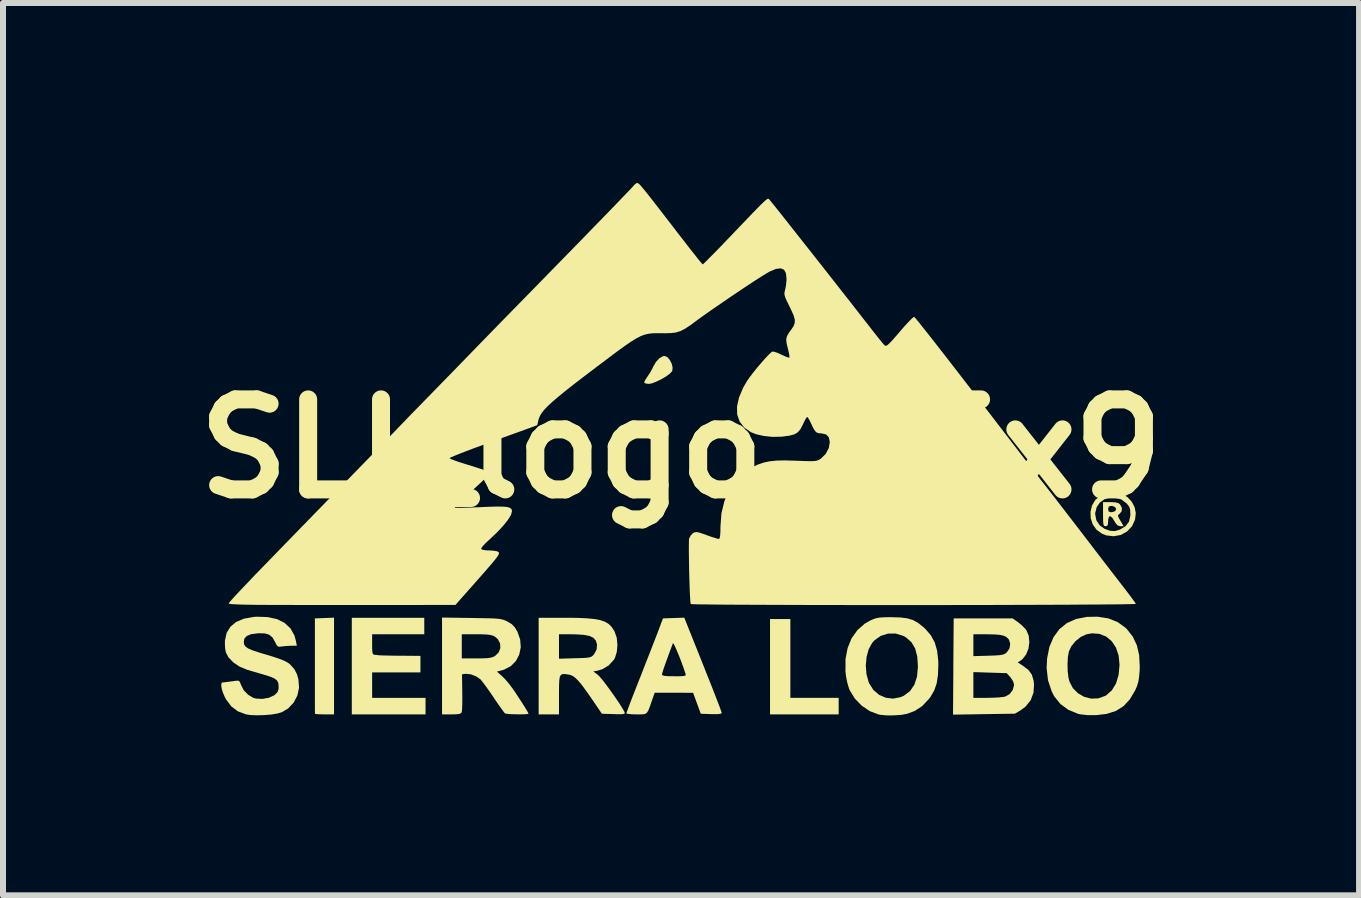
<source format=kicad_pcb>
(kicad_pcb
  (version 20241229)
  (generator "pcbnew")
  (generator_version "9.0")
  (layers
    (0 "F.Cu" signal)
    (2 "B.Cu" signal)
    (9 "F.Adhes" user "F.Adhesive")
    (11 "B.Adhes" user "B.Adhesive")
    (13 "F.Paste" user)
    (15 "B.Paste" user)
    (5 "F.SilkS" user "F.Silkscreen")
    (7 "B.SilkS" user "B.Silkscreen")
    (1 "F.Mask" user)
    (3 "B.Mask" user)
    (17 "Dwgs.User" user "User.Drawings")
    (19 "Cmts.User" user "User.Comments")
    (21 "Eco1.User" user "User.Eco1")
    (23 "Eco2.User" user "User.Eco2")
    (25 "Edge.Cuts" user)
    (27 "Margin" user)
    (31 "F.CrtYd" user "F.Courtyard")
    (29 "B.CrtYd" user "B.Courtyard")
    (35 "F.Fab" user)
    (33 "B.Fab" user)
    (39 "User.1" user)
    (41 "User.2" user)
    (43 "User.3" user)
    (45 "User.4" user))
  (footprint "SLI_logo_15x9"
    (layer "F.Cu")
    (at 8.3 4.428)
    (property "Reference" "SLI_logo_15x9" (at 0 0 0) (layer "F.SilkS") (effects (font (size 1.5 1.5) (thickness 0.3))))
    (attr board_only exclude_from_pos_files exclude_from_bom allow_missing_courtyard)
    (fp_poly (pts (xy 1.822 3.495) (xy 1.822 4.152) (xy 2.224 4.152) (xy 2.627 4.152) (xy 2.627 4.29) (xy 2.627 4.428) (xy 2.055 4.428) (xy 1.483 4.428) (xy 1.483 3.633) (xy 1.483 2.839) (xy 1.652 2.839) (xy 1.822 2.839)) (stroke (width 0) (type solid)) (fill yes) (layer "F.SilkS"))
    (fp_poly (pts (xy -5.783 3.622) (xy -5.783 4.428) (xy -5.942 4.428) (xy -6.018 4.426) (xy -6.074 4.423) (xy -6.101 4.418) (xy -6.101 4.417) (xy -6.101 4.394) (xy -6.102 4.334) (xy -6.102 4.24) (xy -6.102 4.119) (xy -6.102 3.974) (xy -6.102 3.81) (xy -6.102 3.632) (xy -6.102 3.617) (xy -6.102 2.828) (xy -5.943 2.822) (xy -5.783 2.816)) (stroke (width 0) (type solid)) (fill yes) (layer "F.SilkS"))
    (fp_poly (pts (xy -0.23 -1.528) (xy -0.188 -1.48) (xy -0.155 -1.416) (xy -0.14 -1.35) (xy -0.147 -1.294) (xy -0.149 -1.291) (xy -0.186 -1.251) (xy -0.25 -1.204) (xy -0.331 -1.156) (xy -0.414 -1.116) (xy -0.489 -1.088) (xy -0.536 -1.08) (xy -0.589 -1.086) (xy -0.614 -1.102) (xy -0.614 -1.105) (xy -0.602 -1.136) (xy -0.572 -1.184) (xy -0.56 -1.201) (xy -0.516 -1.267) (xy -0.474 -1.344) (xy -0.464 -1.366) (xy -0.418 -1.446) (xy -0.36 -1.508) (xy -0.301 -1.542) (xy -0.276 -1.546)) (stroke (width 0) (type solid)) (fill yes) (layer "F.SilkS"))
    (fp_poly (pts (xy -4.279 2.955) (xy -4.279 3.093) (xy -4.714 3.093) (xy -5.148 3.093) (xy -5.148 3.262) (xy -5.147 3.347) (xy -5.143 3.398) (xy -5.133 3.424) (xy -5.116 3.433) (xy -5.105 3.435) (xy -5.06 3.439) (xy -5.042 3.442) (xy -5.014 3.444) (xy -4.952 3.446) (xy -4.863 3.448) (xy -4.755 3.45) (xy -4.682 3.45) (xy -4.343 3.453) (xy -4.343 3.591) (xy -4.343 3.728) (xy -4.745 3.728) (xy -5.148 3.728) (xy -5.148 3.94) (xy -5.148 4.152) (xy -4.703 4.152) (xy -4.258 4.152) (xy -4.258 4.29) (xy -4.258 4.428) (xy -4.872 4.428) (xy -5.487 4.428) (xy -5.487 3.623) (xy -5.487 2.818) (xy -4.883 2.818) (xy -4.279 2.818)) (stroke (width 0) (type solid)) (fill yes) (layer "F.SilkS"))
    (fp_poly (pts (xy 7.239 0.894) (xy 7.29 0.908) (xy 7.316 0.928) (xy 7.347 0.985) (xy 7.344 1.042) (xy 7.31 1.084) (xy 7.287 1.102) (xy 7.282 1.122) (xy 7.297 1.157) (xy 7.323 1.201) (xy 7.376 1.292) (xy 7.322 1.292) (xy 7.275 1.279) (xy 7.237 1.233) (xy 7.232 1.223) (xy 7.19 1.155) (xy 7.156 1.125) (xy 7.131 1.134) (xy 7.119 1.182) (xy 7.118 1.208) (xy 7.114 1.263) (xy 7.1 1.287) (xy 7.076 1.292) (xy 7.056 1.289) (xy 7.043 1.275) (xy 7.037 1.241) (xy 7.034 1.181) (xy 7.033 1.091) (xy 7.033 1.006) (xy 7.118 1.006) (xy 7.127 1.047) (xy 7.161 1.059) (xy 7.167 1.059) (xy 7.216 1.049) (xy 7.24 1.034) (xy 7.252 1.001) (xy 7.231 0.971) (xy 7.185 0.954) (xy 7.168 0.953) (xy 7.13 0.963) (xy 7.118 0.999) (xy 7.118 1.006) (xy 7.033 1.006) (xy 7.033 0.89) (xy 7.157 0.89)) (stroke (width 0) (type solid)) (fill yes) (layer "F.SilkS"))
    (fp_poly (pts (xy 7.352 0.754) (xy 7.441 0.808) (xy 7.512 0.884) (xy 7.56 0.975) (xy 7.579 1.076) (xy 7.566 1.184) (xy 7.516 1.292) (xy 7.514 1.295) (xy 7.431 1.382) (xy 7.327 1.438) (xy 7.21 1.459) (xy 7.089 1.445) (xy 7.017 1.417) (xy 6.924 1.35) (xy 6.861 1.261) (xy 6.828 1.159) (xy 6.825 1.091) (xy 6.902 1.091) (xy 6.922 1.194) (xy 6.978 1.278) (xy 7.061 1.336) (xy 7.151 1.368) (xy 7.228 1.373) (xy 7.307 1.351) (xy 7.315 1.348) (xy 7.408 1.292) (xy 7.465 1.217) (xy 7.488 1.119) (xy 7.489 1.091) (xy 7.485 1.017) (xy 7.469 0.967) (xy 7.434 0.921) (xy 7.427 0.913) (xy 7.34 0.847) (xy 7.245 0.815) (xy 7.148 0.815) (xy 7.058 0.842) (xy 6.982 0.895) (xy 6.928 0.972) (xy 6.903 1.069) (xy 6.902 1.091) (xy 6.825 1.091) (xy 6.824 1.052) (xy 6.849 0.947) (xy 6.904 0.854) (xy 6.989 0.781) (xy 7.018 0.765) (xy 7.136 0.727) (xy 7.248 0.725)) (stroke (width 0) (type solid)) (fill yes) (layer "F.SilkS"))
    (fp_poly (pts (xy 7.121 2.828) (xy 7.276 2.889) (xy 7.407 2.984) (xy 7.432 3.009) (xy 7.53 3.134) (xy 7.597 3.277) (xy 7.635 3.441) (xy 7.645 3.632) (xy 7.643 3.699) (xy 7.634 3.807) (xy 7.62 3.89) (xy 7.596 3.965) (xy 7.568 4.028) (xy 7.48 4.177) (xy 7.374 4.291) (xy 7.246 4.371) (xy 7.092 4.42) (xy 6.922 4.44) (xy 6.77 4.44) (xy 6.65 4.426) (xy 6.613 4.417) (xy 6.455 4.352) (xy 6.323 4.255) (xy 6.22 4.127) (xy 6.178 4.046) (xy 6.116 3.86) (xy 6.093 3.657) (xy 6.096 3.588) (xy 6.441 3.588) (xy 6.444 3.709) (xy 6.457 3.817) (xy 6.473 3.88) (xy 6.53 3.99) (xy 6.616 4.076) (xy 6.72 4.136) (xy 6.836 4.165) (xy 6.954 4.161) (xy 7.068 4.12) (xy 7.085 4.111) (xy 7.18 4.027) (xy 7.25 3.912) (xy 7.293 3.768) (xy 7.308 3.601) (xy 7.293 3.447) (xy 7.248 3.314) (xy 7.178 3.208) (xy 7.085 3.131) (xy 6.974 3.086) (xy 6.848 3.077) (xy 6.757 3.093) (xy 6.664 3.136) (xy 6.576 3.206) (xy 6.505 3.292) (xy 6.464 3.379) (xy 6.447 3.473) (xy 6.441 3.588) (xy 6.096 3.588) (xy 6.101 3.494) (xy 6.14 3.301) (xy 6.209 3.139) (xy 6.306 3.007) (xy 6.431 2.906) (xy 6.583 2.838) (xy 6.761 2.803) (xy 6.941 2.8)) (stroke (width 0) (type solid)) (fill yes) (layer "F.SilkS"))
    (fp_poly (pts (xy 5.617 2.892) (xy 5.682 2.945) (xy 5.739 3.004) (xy 5.757 3.028) (xy 5.795 3.119) (xy 5.805 3.224) (xy 5.79 3.333) (xy 5.75 3.431) (xy 5.69 3.508) (xy 5.666 3.526) (xy 5.611 3.562) (xy 5.703 3.621) (xy 5.791 3.689) (xy 5.847 3.767) (xy 5.876 3.866) (xy 5.883 3.928) (xy 5.874 4.067) (xy 5.827 4.192) (xy 5.744 4.296) (xy 5.669 4.353) (xy 5.565 4.416) (xy 5.049 4.424) (xy 4.533 4.432) (xy 4.538 3.723) (xy 4.872 3.723) (xy 4.872 3.938) (xy 4.872 4.152) (xy 5.1 4.152) (xy 5.203 4.15) (xy 5.297 4.145) (xy 5.371 4.137) (xy 5.403 4.131) (xy 5.476 4.09) (xy 5.528 4.022) (xy 5.55 3.939) (xy 5.55 3.932) (xy 5.536 3.881) (xy 5.501 3.824) (xy 5.489 3.809) (xy 5.428 3.741) (xy 5.15 3.732) (xy 4.872 3.723) (xy 4.538 3.723) (xy 4.538 3.63) (xy 4.542 3.093) (xy 4.872 3.093) (xy 4.872 3.275) (xy 4.872 3.457) (xy 5.125 3.45) (xy 5.234 3.446) (xy 5.309 3.441) (xy 5.359 3.433) (xy 5.393 3.421) (xy 5.42 3.402) (xy 5.432 3.391) (xy 5.474 3.328) (xy 5.486 3.254) (xy 5.467 3.186) (xy 5.46 3.176) (xy 5.425 3.141) (xy 5.378 3.117) (xy 5.311 3.102) (xy 5.217 3.095) (xy 5.107 3.093) (xy 4.872 3.093) (xy 4.542 3.093) (xy 4.544 2.828) (xy 5.035 2.828) (xy 5.526 2.828)) (stroke (width 0) (type solid)) (fill yes) (layer "F.SilkS"))
    (fp_poly (pts (xy 0.366 3.596) (xy 0.434 3.768) (xy 0.498 3.928) (xy 0.554 4.072) (xy 0.602 4.196) (xy 0.64 4.294) (xy 0.665 4.364) (xy 0.677 4.399) (xy 0.678 4.403) (xy 0.665 4.416) (xy 0.625 4.423) (xy 0.55 4.424) (xy 0.503 4.423) (xy 0.329 4.417) (xy 0.265 4.242) (xy 0.201 4.068) (xy -0.119 4.067) (xy -0.439 4.067) (xy -0.486 4.2) (xy -0.519 4.297) (xy -0.545 4.362) (xy -0.569 4.401) (xy -0.599 4.421) (xy -0.642 4.427) (xy -0.707 4.428) (xy -0.741 4.428) (xy -0.82 4.426) (xy -0.879 4.42) (xy -0.909 4.413) (xy -0.911 4.41) (xy -0.903 4.387) (xy -0.882 4.329) (xy -0.85 4.243) (xy -0.808 4.133) (xy -0.758 4.006) (xy -0.707 3.875) (xy -0.662 3.763) (xy -0.318 3.763) (xy -0.308 3.777) (xy -0.275 3.786) (xy -0.212 3.791) (xy -0.115 3.792) (xy -0.022 3.792) (xy 0.037 3.789) (xy 0.067 3.783) (xy 0.078 3.771) (xy 0.075 3.752) (xy 0.074 3.749) (xy 0.043 3.656) (xy 0.007 3.557) (xy -0.03 3.461) (xy -0.066 3.374) (xy -0.097 3.303) (xy -0.121 3.256) (xy -0.134 3.24) (xy -0.135 3.241) (xy -0.147 3.273) (xy -0.17 3.335) (xy -0.201 3.418) (xy -0.232 3.504) (xy -0.266 3.597) (xy -0.294 3.678) (xy -0.312 3.737) (xy -0.318 3.763) (xy -0.662 3.763) (xy -0.645 3.718) (xy -0.582 3.557) (xy -0.521 3.402) (xy -0.467 3.263) (xy -0.422 3.147) (xy -0.401 3.093) (xy -0.301 2.828) (xy -0.124 2.822) (xy 0.054 2.816)) (stroke (width 0) (type solid)) (fill yes) (layer "F.SilkS"))
    (fp_poly (pts (xy 3.517 2.808) (xy 3.662 2.813) (xy 3.776 2.828) (xy 3.87 2.858) (xy 3.955 2.906) (xy 4.043 2.977) (xy 4.066 2.998) (xy 4.16 3.105) (xy 4.227 3.226) (xy 4.268 3.367) (xy 4.287 3.537) (xy 4.288 3.601) (xy 4.282 3.771) (xy 4.261 3.91) (xy 4.22 4.028) (xy 4.158 4.135) (xy 4.13 4.172) (xy 4.018 4.29) (xy 3.894 4.371) (xy 3.768 4.418) (xy 3.67 4.436) (xy 3.552 4.444) (xy 3.431 4.445) (xy 3.326 4.435) (xy 3.292 4.429) (xy 3.144 4.373) (xy 3.01 4.282) (xy 2.897 4.165) (xy 2.813 4.029) (xy 2.797 3.989) (xy 2.772 3.905) (xy 2.751 3.802) (xy 2.74 3.709) (xy 2.741 3.615) (xy 3.079 3.615) (xy 3.091 3.759) (xy 3.127 3.891) (xy 3.135 3.909) (xy 3.204 4.019) (xy 3.299 4.101) (xy 3.411 4.15) (xy 3.532 4.165) (xy 3.655 4.142) (xy 3.712 4.118) (xy 3.814 4.042) (xy 3.888 3.935) (xy 3.933 3.799) (xy 3.948 3.633) (xy 3.948 3.633) (xy 3.937 3.465) (xy 3.902 3.33) (xy 3.84 3.225) (xy 3.751 3.146) (xy 3.698 3.117) (xy 3.574 3.08) (xy 3.448 3.082) (xy 3.329 3.119) (xy 3.226 3.191) (xy 3.185 3.237) (xy 3.127 3.342) (xy 3.092 3.472) (xy 3.079 3.615) (xy 2.741 3.615) (xy 2.741 3.507) (xy 2.776 3.323) (xy 2.842 3.161) (xy 2.939 3.024) (xy 3.063 2.915) (xy 3.156 2.862) (xy 3.212 2.838) (xy 3.263 2.822) (xy 3.322 2.813) (xy 3.398 2.809) (xy 3.505 2.808)) (stroke (width 0) (type solid)) (fill yes) (layer "F.SilkS"))
    (fp_poly (pts (xy -1.739 2.819) (xy -1.577 2.826) (xy -1.447 2.838) (xy -1.344 2.857) (xy -1.265 2.885) (xy -1.203 2.923) (xy -1.155 2.972) (xy -1.115 3.034) (xy -1.106 3.051) (xy -1.071 3.152) (xy -1.06 3.268) (xy -1.07 3.385) (xy -1.101 3.486) (xy -1.121 3.52) (xy -1.206 3.612) (xy -1.312 3.675) (xy -1.385 3.698) (xy -1.462 3.712) (xy -1.387 3.768) (xy -1.353 3.802) (xy -1.302 3.863) (xy -1.24 3.944) (xy -1.171 4.038) (xy -1.103 4.135) (xy -1.039 4.228) (xy -0.987 4.31) (xy -0.951 4.372) (xy -0.94 4.394) (xy -0.938 4.41) (xy -0.951 4.42) (xy -0.987 4.425) (xy -1.053 4.425) (xy -1.123 4.423) (xy -1.319 4.417) (xy -1.485 4.173) (xy -1.578 4.04) (xy -1.653 3.938) (xy -1.715 3.865) (xy -1.767 3.814) (xy -1.813 3.783) (xy -1.858 3.767) (xy -1.87 3.765) (xy -1.929 3.756) (xy -1.972 3.756) (xy -2.001 3.769) (xy -2.02 3.801) (xy -2.029 3.859) (xy -2.033 3.946) (xy -2.034 4.069) (xy -2.034 4.102) (xy -2.034 4.428) (xy -2.203 4.428) (xy -2.373 4.428) (xy -2.373 3.623) (xy -2.373 3.093) (xy -2.034 3.093) (xy -2.034 3.296) (xy -2.034 3.5) (xy -1.767 3.492) (xy -1.656 3.489) (xy -1.58 3.485) (xy -1.529 3.478) (xy -1.496 3.467) (xy -1.473 3.451) (xy -1.45 3.426) (xy -1.449 3.425) (xy -1.407 3.348) (xy -1.4 3.261) (xy -1.421 3.196) (xy -1.46 3.152) (xy -1.525 3.121) (xy -1.622 3.102) (xy -1.753 3.094) (xy -1.811 3.093) (xy -2.034 3.093) (xy -2.373 3.093) (xy -2.373 2.818) (xy -1.939 2.818)) (stroke (width 0) (type solid)) (fill yes) (layer "F.SilkS"))
    (fp_poly (pts (xy -3.489 2.821) (xy -3.332 2.824) (xy -3.21 2.826) (xy -3.119 2.829) (xy -3.051 2.834) (xy -3.001 2.841) (xy -2.962 2.851) (xy -2.929 2.863) (xy -2.894 2.88) (xy -2.891 2.882) (xy -2.821 2.924) (xy -2.772 2.975) (xy -2.727 3.049) (xy -2.681 3.18) (xy -2.671 3.309) (xy -2.696 3.43) (xy -2.751 3.537) (xy -2.836 3.623) (xy -2.947 3.681) (xy -2.977 3.691) (xy -3.069 3.715) (xy -2.977 3.796) (xy -2.923 3.851) (xy -2.858 3.929) (xy -2.794 4.016) (xy -2.769 4.052) (xy -2.679 4.189) (xy -2.611 4.295) (xy -2.566 4.369) (xy -2.544 4.41) (xy -2.542 4.417) (xy -2.561 4.422) (xy -2.612 4.426) (xy -2.681 4.427) (xy -2.76 4.426) (xy -2.835 4.424) (xy -2.896 4.419) (xy -2.931 4.413) (xy -2.934 4.411) (xy -2.953 4.389) (xy -2.99 4.338) (xy -3.042 4.265) (xy -3.102 4.178) (xy -3.123 4.146) (xy -3.188 4.051) (xy -3.25 3.964) (xy -3.301 3.895) (xy -3.337 3.85) (xy -3.343 3.844) (xy -3.413 3.795) (xy -3.501 3.761) (xy -3.585 3.751) (xy -3.6 3.753) (xy -3.65 3.76) (xy -3.646 4.057) (xy -3.645 4.167) (xy -3.646 4.265) (xy -3.649 4.34) (xy -3.654 4.385) (xy -3.655 4.391) (xy -3.67 4.41) (xy -3.701 4.421) (xy -3.759 4.427) (xy -3.826 4.428) (xy -3.983 4.428) (xy -3.983 3.621) (xy -3.983 3.093) (xy -3.654 3.093) (xy -3.654 3.294) (xy -3.654 3.495) (xy -3.411 3.495) (xy -3.299 3.494) (xy -3.22 3.49) (xy -3.165 3.481) (xy -3.124 3.467) (xy -3.099 3.454) (xy -3.039 3.395) (xy -3.011 3.322) (xy -3.016 3.244) (xy -3.054 3.173) (xy -3.1 3.134) (xy -3.137 3.115) (xy -3.183 3.103) (xy -3.245 3.096) (xy -3.335 3.093) (xy -3.411 3.093) (xy -3.654 3.093) (xy -3.983 3.093) (xy -3.983 2.814)) (stroke (width 0) (type solid)) (fill yes) (layer "F.SilkS"))
    (fp_poly (pts (xy -6.89 2.806) (xy -6.733 2.84) (xy -6.606 2.904) (xy -6.509 2.995) (xy -6.443 3.113) (xy -6.418 3.204) (xy -6.403 3.284) (xy -6.491 3.284) (xy -6.569 3.287) (xy -6.645 3.295) (xy -6.652 3.296) (xy -6.7 3.301) (xy -6.729 3.289) (xy -6.752 3.25) (xy -6.764 3.224) (xy -6.808 3.147) (xy -6.863 3.1) (xy -6.938 3.078) (xy -7.043 3.076) (xy -7.058 3.077) (xy -7.167 3.092) (xy -7.239 3.122) (xy -7.278 3.167) (xy -7.287 3.22) (xy -7.282 3.261) (xy -7.26 3.296) (xy -7.218 3.327) (xy -7.149 3.358) (xy -7.047 3.392) (xy -6.958 3.419) (xy -6.817 3.461) (xy -6.71 3.496) (xy -6.631 3.526) (xy -6.573 3.554) (xy -6.53 3.582) (xy -6.509 3.601) (xy -6.443 3.676) (xy -6.4 3.761) (xy -6.377 3.843) (xy -6.366 3.981) (xy -6.394 4.113) (xy -6.456 4.232) (xy -6.548 4.329) (xy -6.65 4.39) (xy -6.726 4.413) (xy -6.83 4.43) (xy -6.948 4.44) (xy -7.069 4.443) (xy -7.177 4.439) (xy -7.251 4.427) (xy -7.387 4.376) (xy -7.495 4.295) (xy -7.581 4.18) (xy -7.602 4.142) (xy -7.636 4.063) (xy -7.657 3.99) (xy -7.663 3.933) (xy -7.654 3.9) (xy -7.645 3.896) (xy -7.625 3.895) (xy -7.595 3.891) (xy -7.547 3.885) (xy -7.47 3.875) (xy -7.423 3.868) (xy -7.379 3.866) (xy -7.354 3.883) (xy -7.336 3.929) (xy -7.332 3.94) (xy -7.289 4.024) (xy -7.218 4.098) (xy -7.133 4.15) (xy -7.086 4.164) (xy -6.978 4.17) (xy -6.87 4.151) (xy -6.782 4.111) (xy -6.769 4.101) (xy -6.725 4.057) (xy -6.708 4.005) (xy -6.706 3.964) (xy -6.711 3.907) (xy -6.732 3.864) (xy -6.775 3.83) (xy -6.846 3.799) (xy -6.938 3.77) (xy -7.041 3.74) (xy -7.154 3.707) (xy -7.231 3.684) (xy -7.355 3.633) (xy -7.461 3.562) (xy -7.542 3.478) (xy -7.585 3.396) (xy -7.598 3.332) (xy -7.602 3.249) (xy -7.601 3.197) (xy -7.573 3.07) (xy -7.51 2.967) (xy -7.414 2.887) (xy -7.285 2.833) (xy -7.124 2.804) (xy -7.075 2.8)) (stroke (width 0) (type solid)) (fill yes) (layer "F.SilkS"))
    (fp_poly (pts (xy -0.72 -4.426) (xy -0.708 -4.418) (xy -0.69 -4.403) (xy -0.665 -4.376) (xy -0.631 -4.335) (xy -0.584 -4.278) (xy -0.524 -4.202) (xy -0.447 -4.104) (xy -0.352 -3.981) (xy -0.236 -3.831) (xy -0.097 -3.651) (xy -0.054 -3.594) (xy 0.046 -3.466) (xy 0.137 -3.348) (xy 0.217 -3.247) (xy 0.282 -3.164) (xy 0.33 -3.106) (xy 0.357 -3.075) (xy 0.361 -3.072) (xy 0.379 -3.086) (xy 0.422 -3.128) (xy 0.486 -3.193) (xy 0.569 -3.276) (xy 0.665 -3.375) (xy 0.771 -3.486) (xy 0.796 -3.511) (xy 0.95 -3.673) (xy 1.078 -3.806) (xy 1.182 -3.915) (xy 1.265 -4) (xy 1.328 -4.064) (xy 1.376 -4.11) (xy 1.41 -4.141) (xy 1.434 -4.159) (xy 1.45 -4.166) (xy 1.46 -4.164) (xy 1.468 -4.157) (xy 1.476 -4.147) (xy 1.482 -4.14) (xy 1.501 -4.117) (xy 1.544 -4.064) (xy 1.608 -3.984) (xy 1.69 -3.881) (xy 1.788 -3.757) (xy 1.898 -3.617) (xy 2.019 -3.464) (xy 2.148 -3.301) (xy 2.282 -3.131) (xy 2.418 -2.958) (xy 2.554 -2.785) (xy 2.687 -2.615) (xy 2.815 -2.453) (xy 2.934 -2.3) (xy 3.043 -2.16) (xy 3.139 -2.038) (xy 3.16 -2.01) (xy 3.233 -1.917) (xy 3.298 -1.835) (xy 3.351 -1.77) (xy 3.387 -1.729) (xy 3.398 -1.718) (xy 3.414 -1.714) (xy 3.438 -1.725) (xy 3.474 -1.757) (xy 3.526 -1.812) (xy 3.599 -1.895) (xy 3.645 -1.949) (xy 3.72 -2.036) (xy 3.787 -2.109) (xy 3.84 -2.163) (xy 3.875 -2.193) (xy 3.885 -2.197) (xy 3.903 -2.179) (xy 3.946 -2.128) (xy 4.012 -2.045) (xy 4.102 -1.932) (xy 4.214 -1.79) (xy 4.347 -1.619) (xy 4.501 -1.421) (xy 4.675 -1.196) (xy 4.867 -0.947) (xy 5.078 -0.673) (xy 5.305 -0.377) (xy 5.549 -0.059) (xy 5.586 -0.011) (xy 5.686 0.12) (xy 5.781 0.243) (xy 5.868 0.356) (xy 5.942 0.451) (xy 5.999 0.524) (xy 6.034 0.569) (xy 6.037 0.572) (xy 6.073 0.618) (xy 6.133 0.695) (xy 6.215 0.8) (xy 6.317 0.932) (xy 6.436 1.087) (xy 6.571 1.262) (xy 6.72 1.456) (xy 6.881 1.666) (xy 6.959 1.768) (xy 7.024 1.853) (xy 7.107 1.96) (xy 7.199 2.08) (xy 7.291 2.199) (xy 7.34 2.263) (xy 7.416 2.361) (xy 7.482 2.448) (xy 7.534 2.519) (xy 7.568 2.566) (xy 7.58 2.585) (xy 7.561 2.588) (xy 7.501 2.59) (xy 7.404 2.592) (xy 7.273 2.594) (xy 7.109 2.595) (xy 6.917 2.597) (xy 6.697 2.598) (xy 6.454 2.6) (xy 6.189 2.601) (xy 5.905 2.602) (xy 5.605 2.603) (xy 5.291 2.604) (xy 4.966 2.605) (xy 4.633 2.605) (xy 4.294 2.606) (xy 3.952 2.606) (xy 3.609 2.606) (xy 3.268 2.606) (xy 2.932 2.606) (xy 2.602 2.605) (xy 2.283 2.605) (xy 1.976 2.604) (xy 1.684 2.603) (xy 1.41 2.602) (xy 1.156 2.601) (xy 0.925 2.6) (xy 0.72 2.599) (xy 0.542 2.597) (xy 0.396 2.595) (xy 0.282 2.594) (xy 0.205 2.592) (xy 0.166 2.589) (xy 0.161 2.588) (xy 0.157 2.561) (xy 0.152 2.499) (xy 0.147 2.408) (xy 0.143 2.296) (xy 0.139 2.171) (xy 0.135 2.038) (xy 0.133 1.905) (xy 0.131 1.78) (xy 0.13 1.67) (xy 0.131 1.58) (xy 0.132 1.52) (xy 0.135 1.497) (xy 0.163 1.443) (xy 0.199 1.408) (xy 0.226 1.394) (xy 0.255 1.389) (xy 0.296 1.396) (xy 0.359 1.416) (xy 0.425 1.44) (xy 0.507 1.469) (xy 0.576 1.491) (xy 0.62 1.503) (xy 0.629 1.504) (xy 0.643 1.493) (xy 0.651 1.456) (xy 0.656 1.387) (xy 0.657 1.297) (xy 0.673 1.079) (xy 0.722 0.876) (xy 0.801 0.692) (xy 0.907 0.533) (xy 1.038 0.402) (xy 1.179 0.311) (xy 1.279 0.265) (xy 1.375 0.232) (xy 1.476 0.21) (xy 1.592 0.198) (xy 1.732 0.195) (xy 1.904 0.2) (xy 1.907 0.2) (xy 2.037 0.205) (xy 2.131 0.207) (xy 2.198 0.207) (xy 2.245 0.203) (xy 2.278 0.194) (xy 2.306 0.181) (xy 2.331 0.165) (xy 2.411 0.087) (xy 2.463 -0.013) (xy 2.479 -0.11) (xy 2.464 -0.189) (xy 2.42 -0.237) (xy 2.348 -0.254) (xy 2.345 -0.255) (xy 2.29 -0.259) (xy 2.251 -0.276) (xy 2.219 -0.315) (xy 2.184 -0.383) (xy 2.173 -0.409) (xy 2.142 -0.472) (xy 2.117 -0.515) (xy 2.103 -0.53) (xy 2.086 -0.512) (xy 2.06 -0.465) (xy 2.03 -0.402) (xy 1.991 -0.327) (xy 1.947 -0.274) (xy 1.888 -0.239) (xy 1.806 -0.217) (xy 1.692 -0.202) (xy 1.672 -0.2) (xy 1.526 -0.197) (xy 1.38 -0.212) (xy 1.249 -0.242) (xy 1.166 -0.275) (xy 1.053 -0.353) (xy 0.977 -0.452) (xy 0.936 -0.569) (xy 0.933 -0.704) (xy 0.966 -0.853) (xy 1.035 -1.016) (xy 1.1 -1.129) (xy 1.145 -1.193) (xy 1.205 -1.271) (xy 1.273 -1.356) (xy 1.345 -1.439) (xy 1.412 -1.515) (xy 1.469 -1.575) (xy 1.51 -1.612) (xy 1.521 -1.618) (xy 1.553 -1.616) (xy 1.609 -1.597) (xy 1.672 -1.568) (xy 1.737 -1.538) (xy 1.785 -1.52) (xy 1.806 -1.517) (xy 1.807 -1.541) (xy 1.798 -1.595) (xy 1.781 -1.668) (xy 1.778 -1.678) (xy 1.758 -1.765) (xy 1.753 -1.826) (xy 1.766 -1.877) (xy 1.799 -1.934) (xy 1.834 -1.981) (xy 1.874 -2.041) (xy 1.895 -2.095) (xy 1.896 -2.152) (xy 1.876 -2.223) (xy 1.834 -2.316) (xy 1.811 -2.364) (xy 1.766 -2.455) (xy 1.738 -2.518) (xy 1.725 -2.562) (xy 1.723 -2.598) (xy 1.731 -2.634) (xy 1.734 -2.646) (xy 1.749 -2.718) (xy 1.757 -2.804) (xy 1.758 -2.834) (xy 1.748 -2.926) (xy 1.716 -2.984) (xy 1.661 -3.006) (xy 1.581 -2.996) (xy 1.478 -2.953) (xy 1.426 -2.923) (xy 1.345 -2.873) (xy 1.24 -2.806) (xy 1.118 -2.726) (xy 0.984 -2.637) (xy 0.844 -2.543) (xy 0.704 -2.447) (xy 0.568 -2.354) (xy 0.443 -2.267) (xy 0.335 -2.19) (xy 0.261 -2.136) (xy 0.152 -2.055) (xy 0.064 -1.998) (xy -0.011 -1.96) (xy -0.085 -1.937) (xy -0.167 -1.927) (xy -0.27 -1.924) (xy -0.334 -1.925) (xy -0.413 -1.925) (xy -0.482 -1.923) (xy -0.544 -1.915) (xy -0.606 -1.901) (xy -0.67 -1.877) (xy -0.741 -1.841) (xy -0.823 -1.791) (xy -0.921 -1.724) (xy -1.038 -1.64) (xy -1.18 -1.534) (xy -1.35 -1.406) (xy -1.398 -1.37) (xy -1.606 -1.212) (xy -1.782 -1.077) (xy -1.929 -0.961) (xy -2.049 -0.863) (xy -2.146 -0.78) (xy -2.222 -0.709) (xy -2.28 -0.649) (xy -2.322 -0.595) (xy -2.351 -0.547) (xy -2.37 -0.502) (xy -2.381 -0.458) (xy -2.391 -0.413) (xy -2.398 -0.392) (xy -2.419 -0.384) (xy -2.475 -0.363) (xy -2.562 -0.331) (xy -2.675 -0.29) (xy -2.811 -0.241) (xy -2.964 -0.186) (xy -3.13 -0.126) (xy -3.132 -0.125) (xy -3.298 -0.064) (xy -3.451 -0.008) (xy -3.586 0.043) (xy -3.698 0.087) (xy -3.784 0.122) (xy -3.839 0.146) (xy -3.859 0.158) (xy -3.859 0.158) (xy -3.839 0.17) (xy -3.786 0.192) (xy -3.706 0.22) (xy -3.606 0.252) (xy -3.544 0.271) (xy -3.434 0.305) (xy -3.336 0.337) (xy -3.26 0.364) (xy -3.213 0.384) (xy -3.203 0.391) (xy -3.196 0.4) (xy -3.197 0.413) (xy -3.207 0.432) (xy -3.23 0.46) (xy -3.269 0.5) (xy -3.327 0.556) (xy -3.407 0.63) (xy -3.511 0.726) (xy -3.642 0.845) (xy -3.695 0.893) (xy -3.741 0.938) (xy -3.767 0.971) (xy -3.77 0.982) (xy -3.747 0.984) (xy -3.688 0.985) (xy -3.599 0.983) (xy -3.489 0.98) (xy -3.362 0.975) (xy -3.341 0.974) (xy -3.177 0.967) (xy -3.051 0.964) (xy -2.958 0.966) (xy -2.892 0.973) (xy -2.851 0.986) (xy -2.827 1.005) (xy -2.818 1.031) (xy -2.818 1.045) (xy -2.834 1.104) (xy -2.883 1.184) (xy -2.961 1.282) (xy -3.065 1.393) (xy -3.192 1.514) (xy -3.211 1.53) (xy -3.269 1.586) (xy -3.312 1.634) (xy -3.331 1.665) (xy -3.331 1.67) (xy -3.305 1.685) (xy -3.246 1.694) (xy -3.202 1.695) (xy -3.13 1.699) (xy -3.073 1.708) (xy -3.051 1.716) (xy -3.038 1.726) (xy -3.034 1.74) (xy -3.039 1.762) (xy -3.058 1.794) (xy -3.093 1.841) (xy -3.146 1.906) (xy -3.22 1.992) (xy -3.317 2.103) (xy -3.421 2.221) (xy -3.76 2.604) (xy -5.652 2.605) (xy -5.984 2.605) (xy -6.275 2.605) (xy -6.529 2.604) (xy -6.748 2.604) (xy -6.934 2.603) (xy -7.09 2.602) (xy -7.218 2.6) (xy -7.32 2.598) (xy -7.4 2.595) (xy -7.459 2.592) (xy -7.499 2.589) (xy -7.525 2.585) (xy -7.536 2.58) (xy -7.538 2.576) (xy -7.522 2.555) (xy -7.48 2.507) (xy -7.414 2.435) (xy -7.328 2.343) (xy -7.224 2.234) (xy -7.107 2.111) (xy -6.978 1.978) (xy -6.906 1.904) (xy -6.77 1.764) (xy -6.641 1.631) (xy -6.521 1.508) (xy -6.416 1.4) (xy -6.328 1.309) (xy -6.26 1.24) (xy -6.218 1.196) (xy -6.207 1.185) (xy -6.177 1.154) (xy -6.121 1.096) (xy -6.042 1.015) (xy -5.943 0.914) (xy -5.829 0.797) (xy -5.701 0.666) (xy -5.564 0.526) (xy -5.455 0.414) (xy -5.314 0.269) (xy -5.18 0.132) (xy -5.057 0.005) (xy -4.947 -0.107) (xy -4.855 -0.203) (xy -4.783 -0.277) (xy -4.735 -0.327) (xy -4.716 -0.347) (xy -4.685 -0.379) (xy -4.628 -0.438) (xy -4.552 -0.517) (xy -4.46 -0.612) (xy -4.356 -0.718) (xy -4.25 -0.827) (xy -4.119 -0.961) (xy -3.977 -1.107) (xy -3.831 -1.256) (xy -3.693 -1.398) (xy -3.57 -1.525) (xy -3.517 -1.579) (xy -3.41 -1.69) (xy -3.281 -1.822) (xy -3.14 -1.967) (xy -2.994 -2.117) (xy -2.852 -2.262) (xy -2.754 -2.362) (xy -2.433 -2.69) (xy -2.14 -2.99) (xy -1.875 -3.261) (xy -1.638 -3.504) (xy -1.43 -3.718) (xy -1.25 -3.903) (xy -1.098 -4.06) (xy -0.976 -4.187) (xy -0.883 -4.284) (xy -0.818 -4.352) (xy -0.784 -4.39) (xy -0.777 -4.398) (xy -0.746 -4.424) (xy -0.73 -4.428)) (stroke (width 0) (type solid)) (fill yes) (layer "F.SilkS")))
  (gr_rect
    (start -3 -3)
    (end 19.6 11.872)
    (stroke (width 0.1) (type default))
    (fill no)
    (layer "Edge.Cuts")))
</source>
